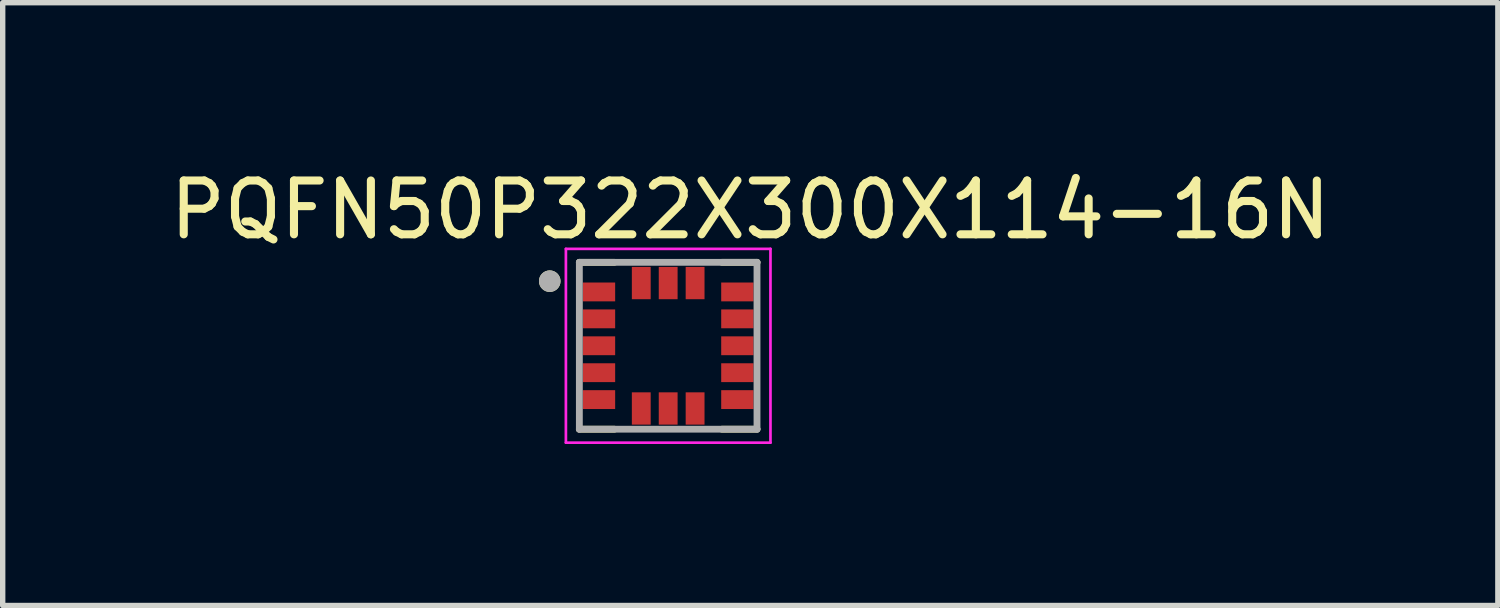
<source format=kicad_pcb>
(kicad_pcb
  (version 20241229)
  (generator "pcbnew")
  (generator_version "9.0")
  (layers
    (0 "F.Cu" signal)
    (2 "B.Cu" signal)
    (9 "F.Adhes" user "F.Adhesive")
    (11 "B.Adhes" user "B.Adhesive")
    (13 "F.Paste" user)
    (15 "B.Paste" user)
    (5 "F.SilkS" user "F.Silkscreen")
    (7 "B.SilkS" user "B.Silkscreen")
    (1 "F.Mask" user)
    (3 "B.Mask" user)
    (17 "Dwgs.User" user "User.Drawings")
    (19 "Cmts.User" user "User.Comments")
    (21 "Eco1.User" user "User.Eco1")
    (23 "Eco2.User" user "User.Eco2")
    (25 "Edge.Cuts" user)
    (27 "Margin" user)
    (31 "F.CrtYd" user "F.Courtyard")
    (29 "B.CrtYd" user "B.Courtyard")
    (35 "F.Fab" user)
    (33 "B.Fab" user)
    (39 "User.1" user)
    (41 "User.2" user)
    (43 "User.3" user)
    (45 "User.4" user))
  (footprint "PQFN50P322X300X114-16N"
    (layer "F.Cu")
    (at 9.362 3.373)
    (property "Reference" "PQFN50P322X300X114-16N" (at 1.525 -2.525 0) (layer "F.SilkS") (effects (font (size 1 1) (thickness 0.15))))
    (attr smd)
    (fp_line (start -1.65 -1.55) (end -1 -1.55) (stroke (width 0.127) (type solid)) (layer "F.SilkS"))
    (fp_line (start -1.65 1.55) (end -1 1.55) (stroke (width 0.127) (type solid)) (layer "F.SilkS"))
    (fp_line (start 1.65 -1.55) (end 1 -1.55) (stroke (width 0.127) (type solid)) (layer "F.SilkS"))
    (fp_line (start 1.65 1.55) (end 1 1.55) (stroke (width 0.127) (type solid)) (layer "F.SilkS"))
    (fp_circle (center -2.2 -1.2) (end -2.1 -1.2) (stroke (width 0.2) (type solid)) (fill no) (layer "F.SilkS"))
    (fp_line (start -1.9 -1.8) (end 1.9 -1.8) (stroke (width 0.05) (type solid)) (layer "F.CrtYd"))
    (fp_line (start -1.9 1.8) (end -1.9 -1.8) (stroke (width 0.05) (type solid)) (layer "F.CrtYd"))
    (fp_line (start 1.9 -1.8) (end 1.9 1.8) (stroke (width 0.05) (type solid)) (layer "F.CrtYd"))
    (fp_line (start 1.9 1.8) (end -1.9 1.8) (stroke (width 0.05) (type solid)) (layer "F.CrtYd"))
    (fp_line (start -1.65 -1.55) (end 1.65 -1.55) (stroke (width 0.127) (type solid)) (layer "F.Fab"))
    (fp_line (start -1.65 1.55) (end -1.65 -1.55) (stroke (width 0.127) (type solid)) (layer "F.Fab"))
    (fp_line (start 1.65 -1.55) (end 1.65 1.55) (stroke (width 0.127) (type solid)) (layer "F.Fab"))
    (fp_line (start 1.65 1.55) (end -1.65 1.55) (stroke (width 0.127) (type solid)) (layer "F.Fab"))
    (fp_circle (center -2.2 -1.2) (end -2.1 -1.2) (stroke (width 0.2) (type solid)) (fill no) (layer "F.Fab"))
    (pad "1" smd rect (at -1.285 -1) (size 0.6 0.35) (layers "F.Cu" "F.Mask" "F.Paste"))
    (pad "2" smd rect (at -1.285 -0.5) (size 0.6 0.35) (layers "F.Cu" "F.Mask" "F.Paste"))
    (pad "3" smd rect (at -1.285 0) (size 0.6 0.35) (layers "F.Cu" "F.Mask" "F.Paste"))
    (pad "4" smd rect (at -1.285 0.5) (size 0.6 0.35) (layers "F.Cu" "F.Mask" "F.Paste"))
    (pad "5" smd rect (at -1.285 1) (size 0.6 0.35) (layers "F.Cu" "F.Mask" "F.Paste"))
    (pad "6" smd rect (at -0.5 1.165) (size 0.35 0.6) (layers "F.Cu" "F.Mask" "F.Paste"))
    (pad "7" smd rect (at 0 1.165) (size 0.35 0.6) (layers "F.Cu" "F.Mask" "F.Paste"))
    (pad "8" smd rect (at 0.5 1.165) (size 0.35 0.6) (layers "F.Cu" "F.Mask" "F.Paste"))
    (pad "9" smd rect (at 1.285 1) (size 0.6 0.35) (layers "F.Cu" "F.Mask" "F.Paste"))
    (pad "10" smd rect (at 1.285 0.5) (size 0.6 0.35) (layers "F.Cu" "F.Mask" "F.Paste"))
    (pad "11" smd rect (at 1.285 0) (size 0.6 0.35) (layers "F.Cu" "F.Mask" "F.Paste"))
    (pad "12" smd rect (at 1.285 -0.5) (size 0.6 0.35) (layers "F.Cu" "F.Mask" "F.Paste"))
    (pad "13" smd rect (at 1.285 -1) (size 0.6 0.35) (layers "F.Cu" "F.Mask" "F.Paste"))
    (pad "14" smd rect (at 0.5 -1.165) (size 0.35 0.6) (layers "F.Cu" "F.Mask" "F.Paste"))
    (pad "15" smd rect (at 0 -1.165) (size 0.35 0.6) (layers "F.Cu" "F.Mask" "F.Paste"))
    (pad "16" smd rect (at -0.5 -1.165) (size 0.35 0.6) (layers "F.Cu" "F.Mask" "F.Paste")))
  (gr_rect
    (start -3 -3)
    (end 24.774 8.198)
    (stroke (width 0.1) (type default))
    (fill no)
    (layer "Edge.Cuts")))
</source>
